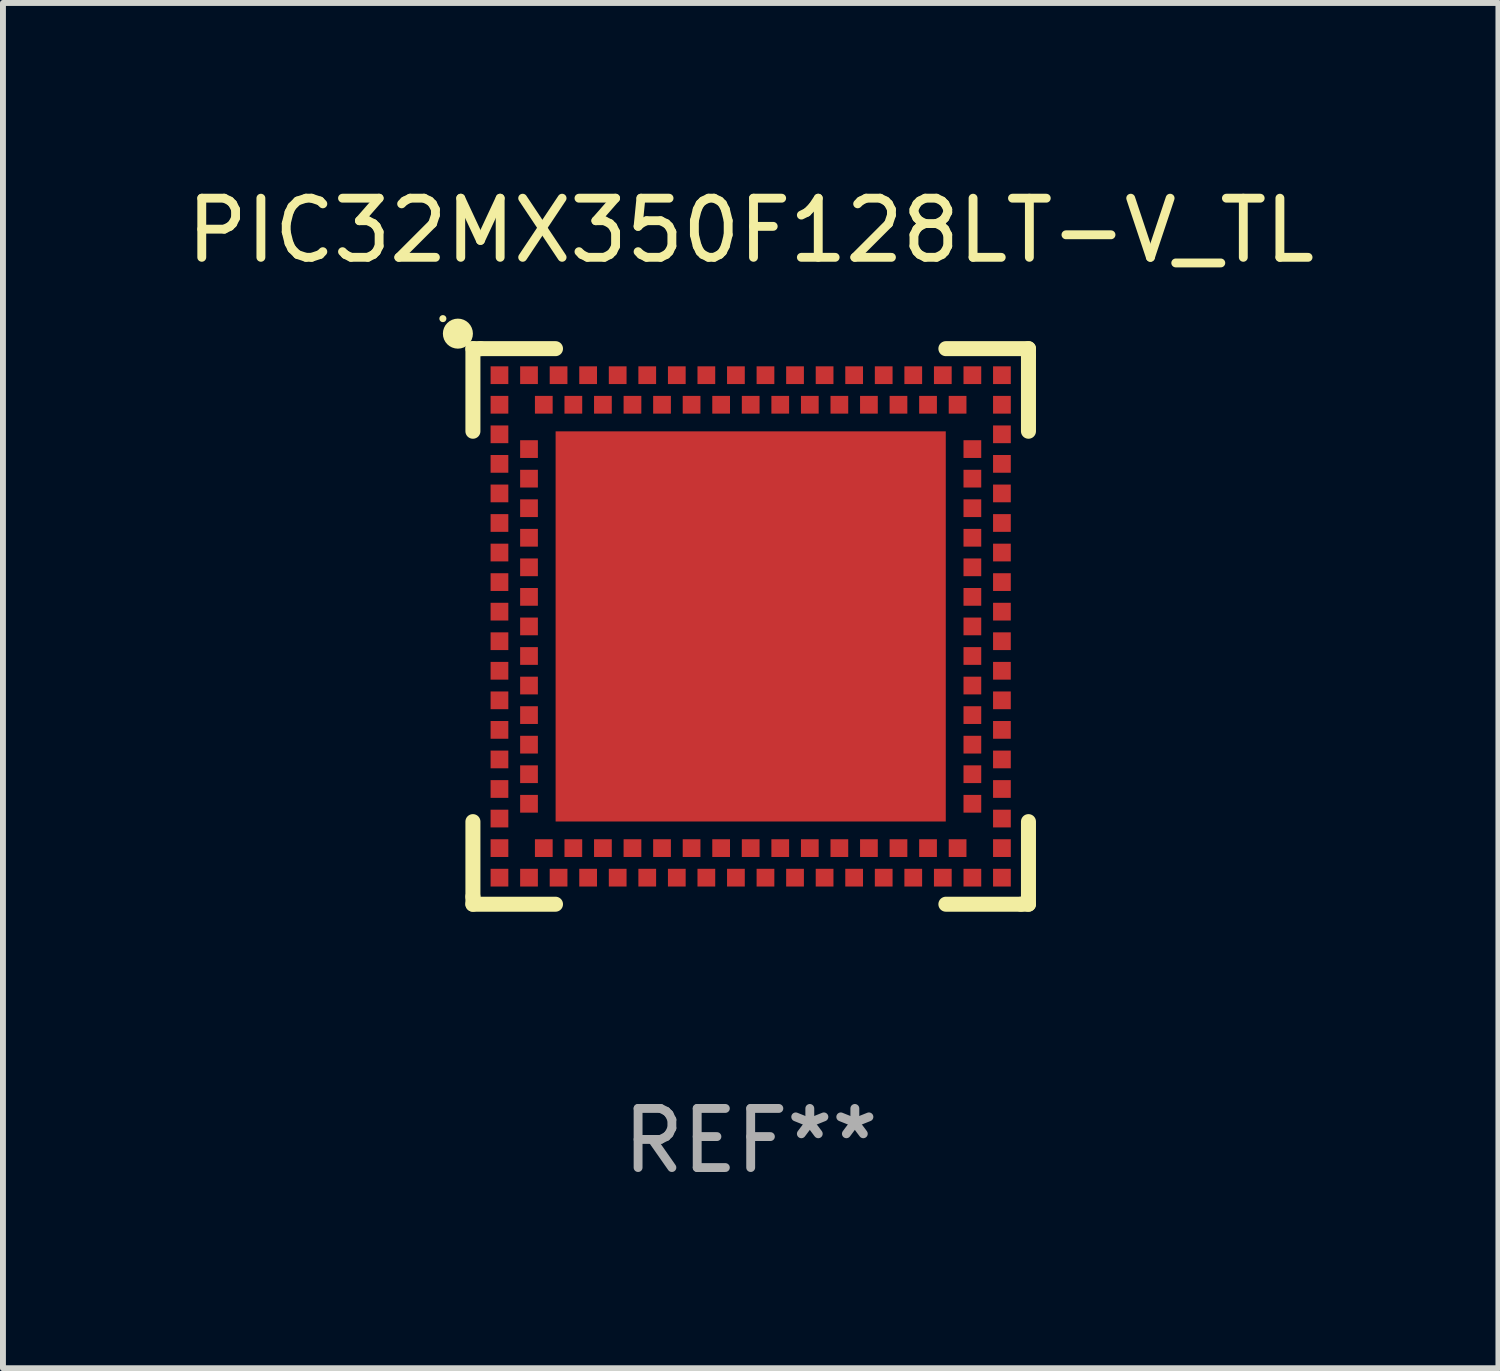
<source format=kicad_pcb>
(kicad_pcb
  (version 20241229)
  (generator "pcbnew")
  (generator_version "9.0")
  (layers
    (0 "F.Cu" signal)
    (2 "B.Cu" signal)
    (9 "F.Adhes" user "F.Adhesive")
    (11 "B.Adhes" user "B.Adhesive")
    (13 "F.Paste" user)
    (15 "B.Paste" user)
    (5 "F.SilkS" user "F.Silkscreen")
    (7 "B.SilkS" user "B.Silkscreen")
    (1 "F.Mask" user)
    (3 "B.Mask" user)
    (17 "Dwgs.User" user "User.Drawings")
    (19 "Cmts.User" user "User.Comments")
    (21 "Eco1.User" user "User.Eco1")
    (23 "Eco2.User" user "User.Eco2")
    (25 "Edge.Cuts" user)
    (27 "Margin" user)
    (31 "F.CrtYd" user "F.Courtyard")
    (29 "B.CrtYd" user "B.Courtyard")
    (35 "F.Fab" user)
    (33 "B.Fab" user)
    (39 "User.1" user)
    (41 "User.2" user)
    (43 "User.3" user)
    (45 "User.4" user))
  (footprint "PIC32MX350F128LT-V_TL"
    (layer "F.Cu")
    (at 9.649 7.547)
    (property "Reference" "PIC32MX350F128LT-V_TL" (at 0 -6.699 0) (layer "F.SilkS") (effects (font (size 1 1) (thickness 0.15))))
    (attr through_hole)
    (fp_line (start -4.699 -4.699) (end -4.699 -3.302) (stroke (width 0.254) (type solid)) (layer "F.SilkS"))
    (fp_line (start -4.699 3.302) (end -4.699 4.572) (stroke (width 0.254) (type solid)) (layer "F.SilkS"))
    (fp_line (start -4.699 4.572) (end -4.699 4.699) (stroke (width 0.254) (type solid)) (layer "F.SilkS"))
    (fp_line (start -4.699 4.699) (end -3.302 4.699) (stroke (width 0.254) (type solid)) (layer "F.SilkS"))
    (fp_line (start -4.572 -4.699) (end -4.699 -4.699) (stroke (width 0.254) (type solid)) (layer "F.SilkS"))
    (fp_line (start -3.302 -4.699) (end -4.572 -4.699) (stroke (width 0.254) (type solid)) (layer "F.SilkS"))
    (fp_line (start 3.302 4.699) (end 4.572 4.699) (stroke (width 0.254) (type solid)) (layer "F.SilkS"))
    (fp_line (start 4.572 4.699) (end 4.699 4.699) (stroke (width 0.254) (type solid)) (layer "F.SilkS"))
    (fp_line (start 4.699 -4.699) (end 3.302 -4.699) (stroke (width 0.254) (type solid)) (layer "F.SilkS"))
    (fp_line (start 4.699 -4.572) (end 4.699 -4.699) (stroke (width 0.254) (type solid)) (layer "F.SilkS"))
    (fp_line (start 4.699 -3.302) (end 4.699 -4.572) (stroke (width 0.254) (type solid)) (layer "F.SilkS"))
    (fp_line (start 4.699 4.699) (end 4.699 3.302) (stroke (width 0.254) (type solid)) (layer "F.SilkS"))
    (fp_circle (center -5.207 -5.207) (end -5.177 -5.207) (stroke (width 0.06) (type solid)) (fill no) (layer "F.SilkS"))
    (fp_circle (center -4.953 -4.953) (end -4.826 -4.953) (stroke (width 0.254) (type solid)) (fill no) (layer "F.SilkS"))
    (fp_text user "REF**" (at 0 8.699 0) (layer "F.Fab") (effects (font (size 1 1) (thickness 0.15))))
    (pad "125" smd rect (at 0.000025 -0.000102 90) (size 6.6 6.6) (layers "F.Cu" "F.Mask" "F.Paste"))
    (pad "A1" smd rect (at -4.25 -3.75 90) (size 0.3 0.3) (layers "F.Cu" "F.Mask" "F.Paste"))
    (pad "A2" smd rect (at -4.25 -3.25 90) (size 0.3 0.3) (layers "F.Cu" "F.Mask" "F.Paste"))
    (pad "A3" smd rect (at -4.25 -2.75 90) (size 0.3 0.3) (layers "F.Cu" "F.Mask" "F.Paste"))
    (pad "A4" smd rect (at -4.25 -2.25 90) (size 0.3 0.3) (layers "F.Cu" "F.Mask" "F.Paste"))
    (pad "A5" smd rect (at -4.25 -1.75 90) (size 0.3 0.3) (layers "F.Cu" "F.Mask" "F.Paste"))
    (pad "A6" smd rect (at -4.25 -1.25 90) (size 0.3 0.3) (layers "F.Cu" "F.Mask" "F.Paste"))
    (pad "A7" smd rect (at -4.25 -0.75 90) (size 0.3 0.3) (layers "F.Cu" "F.Mask" "F.Paste"))
    (pad "A8" smd rect (at -4.25 -0.25 90) (size 0.3 0.3) (layers "F.Cu" "F.Mask" "F.Paste"))
    (pad "A9" smd rect (at -4.25 0.25 90) (size 0.3 0.3) (layers "F.Cu" "F.Mask" "F.Paste"))
    (pad "A10" smd rect (at -4.25 0.75 90) (size 0.3 0.3) (layers "F.Cu" "F.Mask" "F.Paste"))
    (pad "A11" smd rect (at -4.25 1.25 90) (size 0.3 0.3) (layers "F.Cu" "F.Mask" "F.Paste"))
    (pad "A12" smd rect (at -4.25 1.75 90) (size 0.3 0.3) (layers "F.Cu" "F.Mask" "F.Paste"))
    (pad "A13" smd rect (at -4.25 2.25 90) (size 0.3 0.3) (layers "F.Cu" "F.Mask" "F.Paste"))
    (pad "A14" smd rect (at -4.25 2.75 90) (size 0.3 0.3) (layers "F.Cu" "F.Mask" "F.Paste"))
    (pad "A15" smd rect (at -4.25 3.25 90) (size 0.3 0.3) (layers "F.Cu" "F.Mask" "F.Paste"))
    (pad "A16" smd rect (at -4.25 3.75 90) (size 0.3 0.3) (layers "F.Cu" "F.Mask" "F.Paste"))
    (pad "A17" smd rect (at -4.25 4.25 90) (size 0.3 0.3) (layers "F.Cu" "F.Mask" "F.Paste"))
    (pad "A18" smd rect (at -3.75 4.25 90) (size 0.3 0.3) (layers "F.Cu" "F.Mask" "F.Paste"))
    (pad "A19" smd rect (at -3.25 4.25 90) (size 0.3 0.3) (layers "F.Cu" "F.Mask" "F.Paste"))
    (pad "A20" smd rect (at -2.75 4.25 90) (size 0.3 0.3) (layers "F.Cu" "F.Mask" "F.Paste"))
    (pad "A21" smd rect (at -2.25 4.25 90) (size 0.3 0.3) (layers "F.Cu" "F.Mask" "F.Paste"))
    (pad "A22" smd rect (at -1.75 4.25 90) (size 0.3 0.3) (layers "F.Cu" "F.Mask" "F.Paste"))
    (pad "A23" smd rect (at -1.25 4.25 90) (size 0.3 0.3) (layers "F.Cu" "F.Mask" "F.Paste"))
    (pad "A24" smd rect (at -0.75 4.25 90) (size 0.3 0.3) (layers "F.Cu" "F.Mask" "F.Paste"))
    (pad "A25" smd rect (at -0.25 4.25 90) (size 0.3 0.3) (layers "F.Cu" "F.Mask" "F.Paste"))
    (pad "A26" smd rect (at 0.25 4.25 90) (size 0.3 0.3) (layers "F.Cu" "F.Mask" "F.Paste"))
    (pad "A27" smd rect (at 0.75 4.25 90) (size 0.3 0.3) (layers "F.Cu" "F.Mask" "F.Paste"))
    (pad "A28" smd rect (at 1.25 4.25 90) (size 0.3 0.3) (layers "F.Cu" "F.Mask" "F.Paste"))
    (pad "A29" smd rect (at 1.75 4.25 90) (size 0.3 0.3) (layers "F.Cu" "F.Mask" "F.Paste"))
    (pad "A30" smd rect (at 2.25 4.25 90) (size 0.3 0.3) (layers "F.Cu" "F.Mask" "F.Paste"))
    (pad "A31" smd rect (at 2.75 4.25 90) (size 0.3 0.3) (layers "F.Cu" "F.Mask" "F.Paste"))
    (pad "A32" smd rect (at 3.25 4.25 90) (size 0.3 0.3) (layers "F.Cu" "F.Mask" "F.Paste"))
    (pad "A33" smd rect (at 3.75 4.25 90) (size 0.3 0.3) (layers "F.Cu" "F.Mask" "F.Paste"))
    (pad "A34" smd rect (at 4.25 4.25 90) (size 0.3 0.3) (layers "F.Cu" "F.Mask" "F.Paste"))
    (pad "A35" smd rect (at 4.25 3.75 90) (size 0.3 0.3) (layers "F.Cu" "F.Mask" "F.Paste"))
    (pad "A36" smd rect (at 4.25 3.25 90) (size 0.3 0.3) (layers "F.Cu" "F.Mask" "F.Paste"))
    (pad "A37" smd rect (at 4.25 2.75 90) (size 0.3 0.3) (layers "F.Cu" "F.Mask" "F.Paste"))
    (pad "A38" smd rect (at 4.25 2.25 90) (size 0.3 0.3) (layers "F.Cu" "F.Mask" "F.Paste"))
    (pad "A39" smd rect (at 4.25 1.75 90) (size 0.3 0.3) (layers "F.Cu" "F.Mask" "F.Paste"))
    (pad "A40" smd rect (at 4.25 1.25 90) (size 0.3 0.3) (layers "F.Cu" "F.Mask" "F.Paste"))
    (pad "A41" smd rect (at 4.25 0.75 90) (size 0.3 0.3) (layers "F.Cu" "F.Mask" "F.Paste"))
    (pad "A42" smd rect (at 4.25 0.25 90) (size 0.3 0.3) (layers "F.Cu" "F.Mask" "F.Paste"))
    (pad "A43" smd rect (at 4.25 -0.25 90) (size 0.3 0.3) (layers "F.Cu" "F.Mask" "F.Paste"))
    (pad "A44" smd rect (at 4.25 -0.75 90) (size 0.3 0.3) (layers "F.Cu" "F.Mask" "F.Paste"))
    (pad "A45" smd rect (at 4.25 -1.25 90) (size 0.3 0.3) (layers "F.Cu" "F.Mask" "F.Paste"))
    (pad "A46" smd rect (at 4.25 -1.75 90) (size 0.3 0.3) (layers "F.Cu" "F.Mask" "F.Paste"))
    (pad "A47" smd rect (at 4.25 -2.25 90) (size 0.3 0.3) (layers "F.Cu" "F.Mask" "F.Paste"))
    (pad "A48" smd rect (at 4.25 -2.75 90) (size 0.3 0.3) (layers "F.Cu" "F.Mask" "F.Paste"))
    (pad "A49" smd rect (at 4.25 -3.25 90) (size 0.3 0.3) (layers "F.Cu" "F.Mask" "F.Paste"))
    (pad "A50" smd rect (at 4.25 -3.75 90) (size 0.3 0.3) (layers "F.Cu" "F.Mask" "F.Paste"))
    (pad "A51" smd rect (at 4.25 -4.25 90) (size 0.3 0.3) (layers "F.Cu" "F.Mask" "F.Paste"))
    (pad "A52" smd rect (at 3.75 -4.25 90) (size 0.3 0.3) (layers "F.Cu" "F.Mask" "F.Paste"))
    (pad "A53" smd rect (at 3.25 -4.25 90) (size 0.3 0.3) (layers "F.Cu" "F.Mask" "F.Paste"))
    (pad "A54" smd rect (at 2.75 -4.25 90) (size 0.3 0.3) (layers "F.Cu" "F.Mask" "F.Paste"))
    (pad "A55" smd rect (at 2.25 -4.25 90) (size 0.3 0.3) (layers "F.Cu" "F.Mask" "F.Paste"))
    (pad "A56" smd rect (at 1.75 -4.25 90) (size 0.3 0.3) (layers "F.Cu" "F.Mask" "F.Paste"))
    (pad "A57" smd rect (at 1.25 -4.25 90) (size 0.3 0.3) (layers "F.Cu" "F.Mask" "F.Paste"))
    (pad "A58" smd rect (at 0.75 -4.25 90) (size 0.3 0.3) (layers "F.Cu" "F.Mask" "F.Paste"))
    (pad "A59" smd rect (at 0.25 -4.25 90) (size 0.3 0.3) (layers "F.Cu" "F.Mask" "F.Paste"))
    (pad "A60" smd rect (at -0.25 -4.25 90) (size 0.3 0.3) (layers "F.Cu" "F.Mask" "F.Paste"))
    (pad "A61" smd rect (at -0.75 -4.25 90) (size 0.3 0.3) (layers "F.Cu" "F.Mask" "F.Paste"))
    (pad "A62" smd rect (at -1.25 -4.25 90) (size 0.3 0.3) (layers "F.Cu" "F.Mask" "F.Paste"))
    (pad "A63" smd rect (at -1.75 -4.25 90) (size 0.3 0.3) (layers "F.Cu" "F.Mask" "F.Paste"))
    (pad "A64" smd rect (at -2.25 -4.25 90) (size 0.3 0.3) (layers "F.Cu" "F.Mask" "F.Paste"))
    (pad "A65" smd rect (at -2.75 -4.25 90) (size 0.3 0.3) (layers "F.Cu" "F.Mask" "F.Paste"))
    (pad "A66" smd rect (at -3.25 -4.25 90) (size 0.3 0.3) (layers "F.Cu" "F.Mask" "F.Paste"))
    (pad "A67" smd rect (at -3.75 -4.25 90) (size 0.3 0.3) (layers "F.Cu" "F.Mask" "F.Paste"))
    (pad "A68" smd rect (at -4.25 -4.25 90) (size 0.3 0.3) (layers "F.Cu" "F.Mask" "F.Paste"))
    (pad "B1" smd rect (at -3.75 -3 90) (size 0.3 0.3) (layers "F.Cu" "F.Mask" "F.Paste"))
    (pad "B2" smd rect (at -3.75 -2.5 90) (size 0.3 0.3) (layers "F.Cu" "F.Mask" "F.Paste"))
    (pad "B3" smd rect (at -3.75 -2 90) (size 0.3 0.3) (layers "F.Cu" "F.Mask" "F.Paste"))
    (pad "B4" smd rect (at -3.75 -1.5 90) (size 0.3 0.3) (layers "F.Cu" "F.Mask" "F.Paste"))
    (pad "B5" smd rect (at -3.75 -1 90) (size 0.3 0.3) (layers "F.Cu" "F.Mask" "F.Paste"))
    (pad "B6" smd rect (at -3.75 -0.5 90) (size 0.3 0.3) (layers "F.Cu" "F.Mask" "F.Paste"))
    (pad "B7" smd rect (at -3.75 -0.000102 90) (size 0.3 0.3) (layers "F.Cu" "F.Mask" "F.Paste"))
    (pad "B8" smd rect (at -3.75 0.5 90) (size 0.3 0.3) (layers "F.Cu" "F.Mask" "F.Paste"))
    (pad "B9" smd rect (at -3.75 1 90) (size 0.3 0.3) (layers "F.Cu" "F.Mask" "F.Paste"))
    (pad "B10" smd rect (at -3.75 1.5 90) (size 0.3 0.3) (layers "F.Cu" "F.Mask" "F.Paste"))
    (pad "B11" smd rect (at -3.75 2 90) (size 0.3 0.3) (layers "F.Cu" "F.Mask" "F.Paste"))
    (pad "B12" smd rect (at -3.75 2.5 90) (size 0.3 0.3) (layers "F.Cu" "F.Mask" "F.Paste"))
    (pad "B13" smd rect (at -3.75 3 90) (size 0.3 0.3) (layers "F.Cu" "F.Mask" "F.Paste"))
    (pad "B14" smd rect (at -3.5 3.75 90) (size 0.3 0.3) (layers "F.Cu" "F.Mask" "F.Paste"))
    (pad "B15" smd rect (at -3 3.75 90) (size 0.3 0.3) (layers "F.Cu" "F.Mask" "F.Paste"))
    (pad "B16" smd rect (at -2.5 3.75 90) (size 0.3 0.3) (layers "F.Cu" "F.Mask" "F.Paste"))
    (pad "B17" smd rect (at -2 3.75 90) (size 0.3 0.3) (layers "F.Cu" "F.Mask" "F.Paste"))
    (pad "B18" smd rect (at -1.5 3.75 90) (size 0.3 0.3) (layers "F.Cu" "F.Mask" "F.Paste"))
    (pad "B19" smd rect (at -1 3.75 90) (size 0.3 0.3) (layers "F.Cu" "F.Mask" "F.Paste"))
    (pad "B20" smd rect (at -0.5 3.75 90) (size 0.3 0.3) (layers "F.Cu" "F.Mask" "F.Paste"))
    (pad "B21" smd rect (at 0.000025 3.75 90) (size 0.3 0.3) (layers "F.Cu" "F.Mask" "F.Paste"))
    (pad "B22" smd rect (at 0.5 3.75 90) (size 0.3 0.3) (layers "F.Cu" "F.Mask" "F.Paste"))
    (pad "B23" smd rect (at 1 3.75 90) (size 0.3 0.3) (layers "F.Cu" "F.Mask" "F.Paste"))
    (pad "B24" smd rect (at 1.5 3.75 90) (size 0.3 0.3) (layers "F.Cu" "F.Mask" "F.Paste"))
    (pad "B25" smd rect (at 2 3.75 90) (size 0.3 0.3) (layers "F.Cu" "F.Mask" "F.Paste"))
    (pad "B26" smd rect (at 2.5 3.75 90) (size 0.3 0.3) (layers "F.Cu" "F.Mask" "F.Paste"))
    (pad "B27" smd rect (at 3 3.75 90) (size 0.3 0.3) (layers "F.Cu" "F.Mask" "F.Paste"))
    (pad "B28" smd rect (at 3.5 3.75 90) (size 0.3 0.3) (layers "F.Cu" "F.Mask" "F.Paste"))
    (pad "B29" smd rect (at 3.75 3 90) (size 0.3 0.3) (layers "F.Cu" "F.Mask" "F.Paste"))
    (pad "B30" smd rect (at 3.75 2.5 90) (size 0.3 0.3) (layers "F.Cu" "F.Mask" "F.Paste"))
    (pad "B31" smd rect (at 3.75 2 90) (size 0.3 0.3) (layers "F.Cu" "F.Mask" "F.Paste"))
    (pad "B32" smd rect (at 3.75 1.5 90) (size 0.3 0.3) (layers "F.Cu" "F.Mask" "F.Paste"))
    (pad "B33" smd rect (at 3.75 1 90) (size 0.3 0.3) (layers "F.Cu" "F.Mask" "F.Paste"))
    (pad "B34" smd rect (at 3.75 0.5 90) (size 0.3 0.3) (layers "F.Cu" "F.Mask" "F.Paste"))
    (pad "B35" smd rect (at 3.75 -0.000102 90) (size 0.3 0.3) (layers "F.Cu" "F.Mask" "F.Paste"))
    (pad "B36" smd rect (at 3.75 -0.5 90) (size 0.3 0.3) (layers "F.Cu" "F.Mask" "F.Paste"))
    (pad "B37" smd rect (at 3.75 -1 90) (size 0.3 0.3) (layers "F.Cu" "F.Mask" "F.Paste"))
    (pad "B38" smd rect (at 3.75 -1.5 90) (size 0.3 0.3) (layers "F.Cu" "F.Mask" "F.Paste"))
    (pad "B39" smd rect (at 3.75 -2 90) (size 0.3 0.3) (layers "F.Cu" "F.Mask" "F.Paste"))
    (pad "B40" smd rect (at 3.75 -2.5 90) (size 0.3 0.3) (layers "F.Cu" "F.Mask" "F.Paste"))
    (pad "B41" smd rect (at 3.75 -3 90) (size 0.3 0.3) (layers "F.Cu" "F.Mask" "F.Paste"))
    (pad "B42" smd rect (at 3.5 -3.75 90) (size 0.3 0.3) (layers "F.Cu" "F.Mask" "F.Paste"))
    (pad "B43" smd rect (at 3 -3.75 90) (size 0.3 0.3) (layers "F.Cu" "F.Mask" "F.Paste"))
    (pad "B44" smd rect (at 2.5 -3.75 90) (size 0.3 0.3) (layers "F.Cu" "F.Mask" "F.Paste"))
    (pad "B45" smd rect (at 2 -3.75 90) (size 0.3 0.3) (layers "F.Cu" "F.Mask" "F.Paste"))
    (pad "B46" smd rect (at 1.5 -3.75 90) (size 0.3 0.3) (layers "F.Cu" "F.Mask" "F.Paste"))
    (pad "B47" smd rect (at 1 -3.75 90) (size 0.3 0.3) (layers "F.Cu" "F.Mask" "F.Paste"))
    (pad "B48" smd rect (at 0.5 -3.75 90) (size 0.3 0.3) (layers "F.Cu" "F.Mask" "F.Paste"))
    (pad "B49" smd rect (at 0.000025 -3.75 90) (size 0.3 0.3) (layers "F.Cu" "F.Mask" "F.Paste"))
    (pad "B50" smd rect (at -0.5 -3.75 90) (size 0.3 0.3) (layers "F.Cu" "F.Mask" "F.Paste"))
    (pad "B51" smd rect (at -1 -3.75 90) (size 0.3 0.3) (layers "F.Cu" "F.Mask" "F.Paste"))
    (pad "B52" smd rect (at -1.5 -3.75 90) (size 0.3 0.3) (layers "F.Cu" "F.Mask" "F.Paste"))
    (pad "B53" smd rect (at -2 -3.75 90) (size 0.3 0.3) (layers "F.Cu" "F.Mask" "F.Paste"))
    (pad "B54" smd rect (at -2.5 -3.75 90) (size 0.3 0.3) (layers "F.Cu" "F.Mask" "F.Paste"))
    (pad "B55" smd rect (at -3 -3.75 90) (size 0.3 0.3) (layers "F.Cu" "F.Mask" "F.Paste"))
    (pad "B56" smd rect (at -3.5 -3.75 90) (size 0.3 0.3) (layers "F.Cu" "F.Mask" "F.Paste")))
  (gr_rect
    (start -3 -3)
    (end 22.298 20.095)
    (stroke (width 0.1) (type default))
    (fill no)
    (layer "Edge.Cuts")))
</source>
